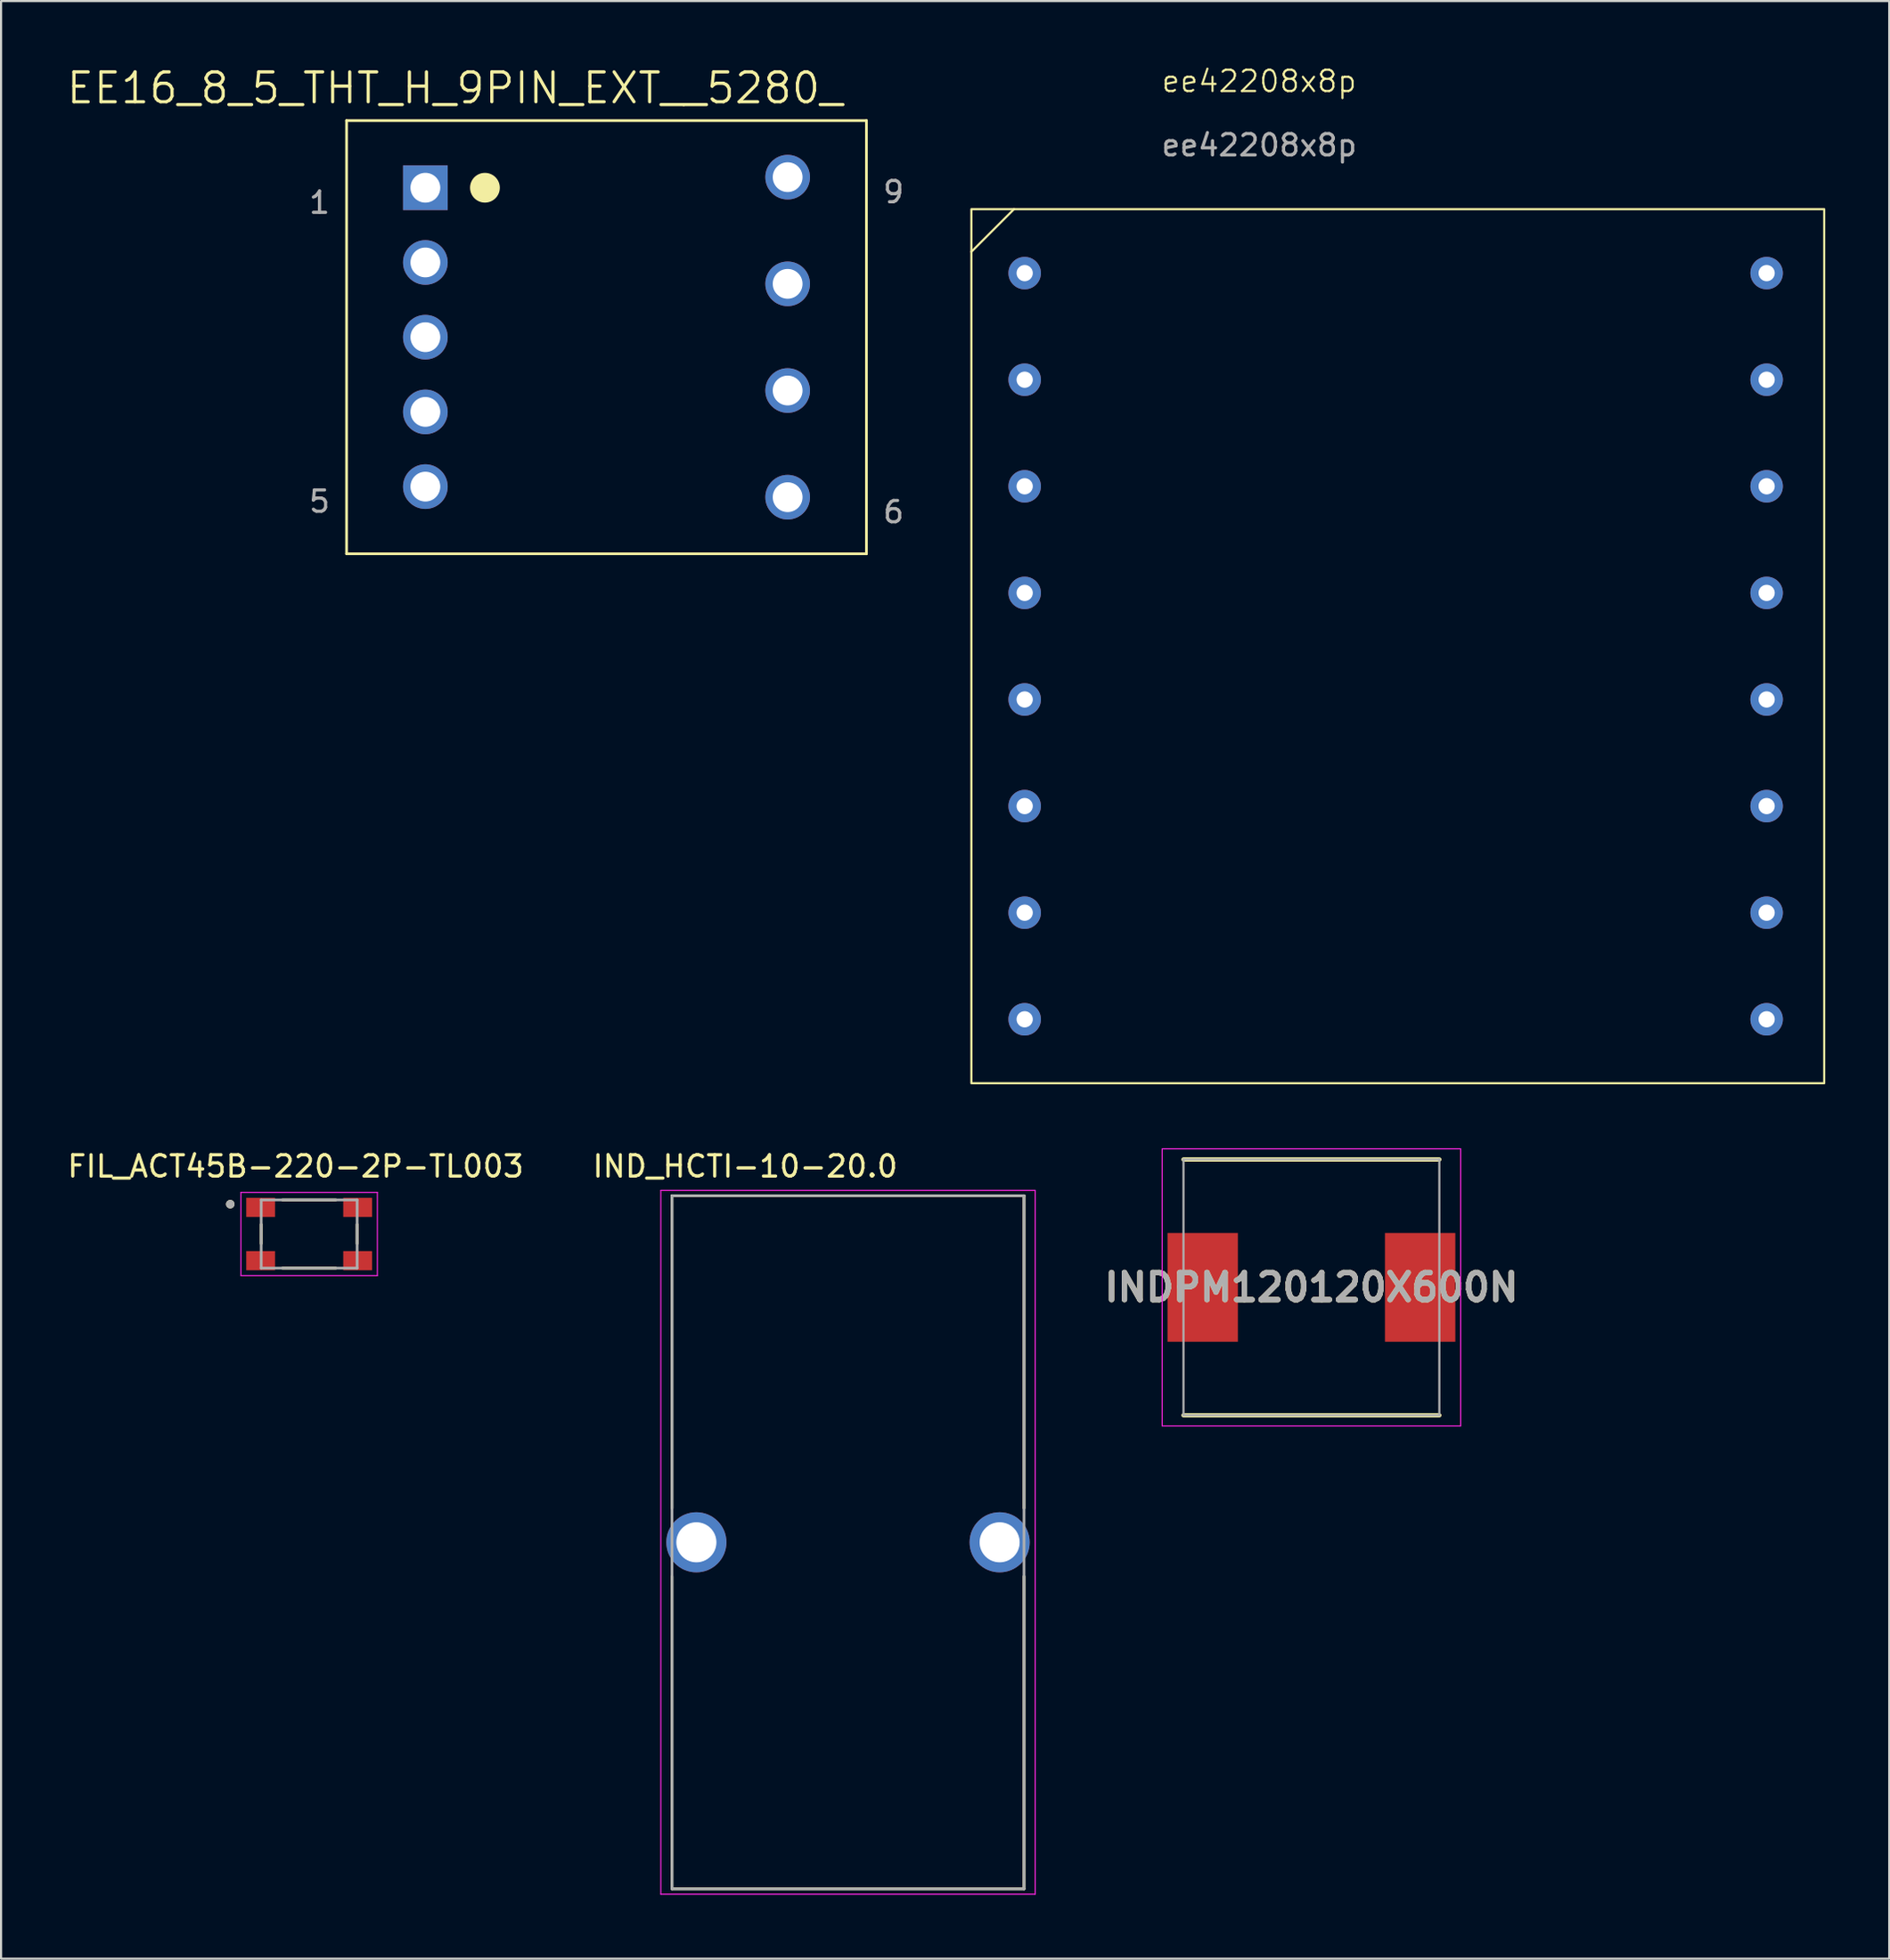
<source format=kicad_pcb>
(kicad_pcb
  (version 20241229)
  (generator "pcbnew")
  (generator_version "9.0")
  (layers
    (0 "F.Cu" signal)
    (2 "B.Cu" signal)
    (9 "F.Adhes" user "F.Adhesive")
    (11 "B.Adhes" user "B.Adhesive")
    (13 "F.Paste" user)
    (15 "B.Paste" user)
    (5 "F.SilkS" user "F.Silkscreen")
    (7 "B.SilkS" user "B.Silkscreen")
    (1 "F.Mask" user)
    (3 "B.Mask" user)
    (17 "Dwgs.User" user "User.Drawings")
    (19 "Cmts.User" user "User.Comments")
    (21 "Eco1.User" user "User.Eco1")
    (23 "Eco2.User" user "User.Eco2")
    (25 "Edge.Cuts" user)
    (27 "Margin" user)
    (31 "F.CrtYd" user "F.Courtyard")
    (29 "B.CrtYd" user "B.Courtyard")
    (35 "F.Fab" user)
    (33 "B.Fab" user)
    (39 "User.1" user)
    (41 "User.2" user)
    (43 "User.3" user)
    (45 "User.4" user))
  (footprint "IND_HCTI-10-20.0"
    (layer "F.Cu")
    (at 36.724 69.294)
    (property "Reference" "IND_HCTI-10-20.0" (at -4.825 -17.635 0) (layer "F.SilkS") (effects (font (size 1 1) (thickness 0.15))))
    (attr through_hole)
    (fp_line (start -8.255 -16.256) (end 8.255 -16.256) (stroke (width 0.127) (type solid)) (layer "F.SilkS"))
    (fp_line (start -8.255 -1.6) (end -8.255 -16.256) (stroke (width 0.127) (type solid)) (layer "F.SilkS"))
    (fp_line (start -8.255 16.256) (end -8.255 1.6) (stroke (width 0.127) (type solid)) (layer "F.SilkS"))
    (fp_line (start 8.255 -16.256) (end 8.255 -1.6) (stroke (width 0.127) (type solid)) (layer "F.SilkS"))
    (fp_line (start 8.255 1.6) (end 8.255 16.256) (stroke (width 0.127) (type solid)) (layer "F.SilkS"))
    (fp_line (start 8.255 16.256) (end -8.255 16.256) (stroke (width 0.127) (type solid)) (layer "F.SilkS"))
    (fp_line (start -8.78 -16.506) (end 8.78 -16.506) (stroke (width 0.05) (type solid)) (layer "F.CrtYd"))
    (fp_line (start -8.78 16.506) (end -8.78 -16.506) (stroke (width 0.05) (type solid)) (layer "F.CrtYd"))
    (fp_line (start 8.78 -16.506) (end 8.78 16.506) (stroke (width 0.05) (type solid)) (layer "F.CrtYd"))
    (fp_line (start 8.78 16.506) (end -8.78 16.506) (stroke (width 0.05) (type solid)) (layer "F.CrtYd"))
    (fp_line (start -8.255 -16.256) (end 8.255 -16.256) (stroke (width 0.127) (type solid)) (layer "F.Fab"))
    (fp_line (start -8.255 16.256) (end -8.255 -16.256) (stroke (width 0.127) (type solid)) (layer "F.Fab"))
    (fp_line (start 8.255 -16.256) (end 8.255 16.256) (stroke (width 0.127) (type solid)) (layer "F.Fab"))
    (fp_line (start 8.255 16.256) (end -8.255 16.256) (stroke (width 0.127) (type solid)) (layer "F.Fab"))
    (pad "1" thru_hole circle (at -7.112 0) (size 2.82 2.82) (drill 1.88) (layers "*.Cu" "*.Mask"))
    (pad "2" thru_hole circle (at 7.112 0) (size 2.82 2.82) (drill 1.88) (layers "*.Cu" "*.Mask")))
  (footprint "EE16_8_5_THT_H_9PIN_EXT__5280_"
    (layer "F.Cu")
    (at 25.397 12.766)
    (property "Reference" "EE16_8_5_THT_H_9PIN_EXT__5280_" (at -7.112 -11.684 0) (layer "F.SilkS") (effects (font (size 1.4 1.4) (thickness 0.15))))
    (attr through_hole)
    (fp_line (start -12.192 -10.16) (end -12.192 10.16) (stroke (width 0.127) (type solid)) (layer "F.SilkS"))
    (fp_line (start -12.192 -10.16) (end 12.192 -10.16) (stroke (width 0.127) (type solid)) (layer "F.SilkS"))
    (fp_line (start -12.192 10.16) (end 12.192 10.16) (stroke (width 0.127) (type solid)) (layer "F.SilkS"))
    (fp_line (start 12.192 -10.16) (end 12.192 10.16) (stroke (width 0.127) (type solid)) (layer "F.SilkS"))
    (fp_circle (center -5.702 -7.01) (end -5.004 -7.01) (stroke (width 0) (type solid)) (fill yes) (layer "F.SilkS"))
    (fp_text user "5" (at -13.462 7.709 0) (layer "F.Fab") (effects (font (size 1 1) (thickness 0.15))))
    (fp_text user "1" (at -13.462 -6.312 0) (layer "F.Fab") (effects (font (size 1 1) (thickness 0.15))))
    (fp_text user "6" (at 13.462 8.204 0) (layer "F.Fab") (effects (font (size 1 1) (thickness 0.15))))
    (fp_text user "9" (at 13.462 -6.807 0) (layer "F.Fab") (effects (font (size 1 1) (thickness 0.15))))
    (pad "1" thru_hole rect (at -8.496 -7.01) (size 2.095 2.095) (drill 1.397) (layers "*.Cu" "*.Mask"))
    (pad "2" thru_hole circle (at -8.496 -3.505) (size 2.095 2.095) (drill 1.397) (layers "*.Cu" "*.Mask"))
    (pad "3" thru_hole circle (at -8.496 0) (size 2.095 2.095) (drill 1.397) (layers "*.Cu" "*.Mask"))
    (pad "4" thru_hole circle (at -8.496 3.505) (size 2.095 2.095) (drill 1.397) (layers "*.Cu" "*.Mask"))
    (pad "5" thru_hole circle (at -8.496 7.01) (size 2.095 2.095) (drill 1.397) (layers "*.Cu" "*.Mask"))
    (pad "6" thru_hole circle (at 8.496 7.506) (size 2.095 2.095) (drill 1.397) (layers "*.Cu" "*.Mask"))
    (pad "7" thru_hole circle (at 8.496 2.502) (size 2.095 2.095) (drill 1.397) (layers "*.Cu" "*.Mask"))
    (pad "8" thru_hole circle (at 8.496 -2.502) (size 2.095 2.095) (drill 1.397) (layers "*.Cu" "*.Mask"))
    (pad "9" thru_hole circle (at 8.496 -7.506) (size 2.095 2.095) (drill 1.397) (layers "*.Cu" "*.Mask")))
  (footprint "INDPM120120X600N"
    (layer "F.Cu")
    (at 58.459 57.336)
    (property "Reference" "INDPM120120X600N" (at 0 0 0) (layer "F.SilkS") (effects (font (size 1.27 1.27) (thickness 0.254))))
    (attr smd)
    (fp_line (start -6 6) (end 6 6) (stroke (width 0.2) (type solid)) (layer "F.SilkS"))
    (fp_line (start 6 -6) (end -6 -6) (stroke (width 0.2) (type solid)) (layer "F.SilkS"))
    (fp_line (start -7 -6.5) (end 7 -6.5) (stroke (width 0.05) (type solid)) (layer "F.CrtYd"))
    (fp_line (start -7 6.5) (end -7 -6.5) (stroke (width 0.05) (type solid)) (layer "F.CrtYd"))
    (fp_line (start 7 -6.5) (end 7 6.5) (stroke (width 0.05) (type solid)) (layer "F.CrtYd"))
    (fp_line (start 7 6.5) (end -7 6.5) (stroke (width 0.05) (type solid)) (layer "F.CrtYd"))
    (fp_line (start -6 -6) (end 6 -6) (stroke (width 0.1) (type solid)) (layer "F.Fab"))
    (fp_line (start -6 6) (end -6 -6) (stroke (width 0.1) (type solid)) (layer "F.Fab"))
    (fp_line (start 6 -6) (end 6 6) (stroke (width 0.1) (type solid)) (layer "F.Fab"))
    (fp_line (start 6 6) (end -6 6) (stroke (width 0.1) (type solid)) (layer "F.Fab"))
    (fp_text user "${REFERENCE}" (at 0 0 0) (layer "F.Fab") (effects (font (size 1.27 1.27) (thickness 0.254))))
    (pad "1" smd rect (at -5.1 0) (size 3.3 5.1) (layers "F.Cu" "F.Mask" "F.Paste"))
    (pad "2" smd rect (at 5.1 0) (size 3.3 5.1) (layers "F.Cu" "F.Mask" "F.Paste")))
  (footprint "ee42208x8p"
    (layer "F.Cu")
    (at 45.01 9.761)
    (property "Reference" "ee42208x8p" (at 11 -9 0) (unlocked yes) (layer "F.SilkS") (effects (font (size 1 1) (thickness 0.1))))
    (attr through_hole)
    (fp_line (start -2.5 -1) (end -0.5 -3) (stroke (width 0.1) (type default)) (layer "F.SilkS"))
    (fp_rect (start -2.5 -3) (end 37.5 38) (stroke (width 0.1) (type default)) (fill no) (layer "F.SilkS"))
    (fp_text user "${REFERENCE}" (at 11 -6 0) (unlocked yes) (layer "F.Fab") (effects (font (size 1 1) (thickness 0.15))))
    (pad "1" thru_hole circle (at 0 0) (size 1.524 1.524) (drill 0.762) (layers "*.Cu" "*.Mask"))
    (pad "2" thru_hole circle (at 0 5) (size 1.524 1.524) (drill 0.762) (layers "*.Cu" "*.Mask"))
    (pad "3" thru_hole circle (at 0 10) (size 1.524 1.524) (drill 0.762) (layers "*.Cu" "*.Mask"))
    (pad "4" thru_hole circle (at 0 15) (size 1.524 1.524) (drill 0.762) (layers "*.Cu" "*.Mask"))
    (pad "5" thru_hole circle (at 0 20) (size 1.524 1.524) (drill 0.762) (layers "*.Cu" "*.Mask"))
    (pad "6" thru_hole circle (at 0 25) (size 1.524 1.524) (drill 0.762) (layers "*.Cu" "*.Mask"))
    (pad "7" thru_hole circle (at 0 30) (size 1.524 1.524) (drill 0.762) (layers "*.Cu" "*.Mask"))
    (pad "8" thru_hole circle (at 0 35) (size 1.524 1.524) (drill 0.762) (layers "*.Cu" "*.Mask"))
    (pad "9" thru_hole circle (at 34.8 35) (size 1.524 1.524) (drill 0.762) (layers "*.Cu" "*.Mask"))
    (pad "10" thru_hole circle (at 34.8 30) (size 1.524 1.524) (drill 0.762) (layers "*.Cu" "*.Mask"))
    (pad "11" thru_hole circle (at 34.8 25) (size 1.524 1.524) (drill 0.762) (layers "*.Cu" "*.Mask"))
    (pad "12" thru_hole circle (at 34.8 20) (size 1.524 1.524) (drill 0.762) (layers "*.Cu" "*.Mask"))
    (pad "13" thru_hole circle (at 34.8 15) (size 1.524 1.524) (drill 0.762) (layers "*.Cu" "*.Mask"))
    (pad "14" thru_hole circle (at 34.8 10) (size 1.524 1.524) (drill 0.762) (layers "*.Cu" "*.Mask"))
    (pad "15" thru_hole circle (at 34.8 5) (size 1.524 1.524) (drill 0.762) (layers "*.Cu" "*.Mask"))
    (pad "16" thru_hole circle (at 34.8 0) (size 1.524 1.524) (drill 0.762) (layers "*.Cu" "*.Mask")))
  (footprint "FIL_ACT45B-220-2P-TL003"
    (layer "F.Cu")
    (at 11.45 54.834)
    (property "Reference" "FIL_ACT45B-220-2P-TL003" (at -0.635 -3.175 0) (layer "F.SilkS") (effects (font (size 1 1) (thickness 0.15))))
    (attr smd)
    (fp_line (start -2.25 -0.45) (end -2.25 0.45) (stroke (width 0.127) (type solid)) (layer "F.SilkS"))
    (fp_line (start -1.25 -1.6) (end 1.25 -1.6) (stroke (width 0.127) (type solid)) (layer "F.SilkS"))
    (fp_line (start -1.25 1.6) (end 1.25 1.6) (stroke (width 0.127) (type solid)) (layer "F.SilkS"))
    (fp_line (start 2.25 -0.45) (end 2.25 0.45) (stroke (width 0.127) (type solid)) (layer "F.SilkS"))
    (fp_circle (center -3.7 -1.4) (end -3.6 -1.4) (stroke (width 0.2) (type solid)) (fill no) (layer "F.SilkS"))
    (fp_line (start -3.2 -1.95) (end 3.2 -1.95) (stroke (width 0.05) (type solid)) (layer "F.CrtYd"))
    (fp_line (start -3.2 1.95) (end -3.2 -1.95) (stroke (width 0.05) (type solid)) (layer "F.CrtYd"))
    (fp_line (start 3.2 -1.95) (end 3.2 1.95) (stroke (width 0.05) (type solid)) (layer "F.CrtYd"))
    (fp_line (start 3.2 1.95) (end -3.2 1.95) (stroke (width 0.05) (type solid)) (layer "F.CrtYd"))
    (fp_line (start -2.25 -1.6) (end 2.25 -1.6) (stroke (width 0.127) (type solid)) (layer "F.Fab"))
    (fp_line (start -2.25 1.6) (end -2.25 -1.6) (stroke (width 0.127) (type solid)) (layer "F.Fab"))
    (fp_line (start 2.25 -1.6) (end 2.25 1.6) (stroke (width 0.127) (type solid)) (layer "F.Fab"))
    (fp_line (start 2.25 1.6) (end -2.25 1.6) (stroke (width 0.127) (type solid)) (layer "F.Fab"))
    (fp_circle (center -3.7 -1.4) (end -3.6 -1.4) (stroke (width 0.2) (type solid)) (fill no) (layer "F.Fab"))
    (pad "1" smd rect (at -2.275 -1.25) (size 1.35 0.9) (layers "F.Cu" "F.Mask" "F.Paste"))
    (pad "2" smd rect (at -2.275 1.25) (size 1.35 0.9) (layers "F.Cu" "F.Mask" "F.Paste"))
    (pad "3" smd rect (at 2.275 1.25) (size 1.35 0.9) (layers "F.Cu" "F.Mask" "F.Paste"))
    (pad "4" smd rect (at 2.275 -1.25) (size 1.35 0.9) (layers "F.Cu" "F.Mask" "F.Paste")))
  (gr_rect
    (start -3 -3)
    (end 85.56 88.825)
    (stroke (width 0.1) (type default))
    (fill no)
    (layer "Edge.Cuts")))
</source>
